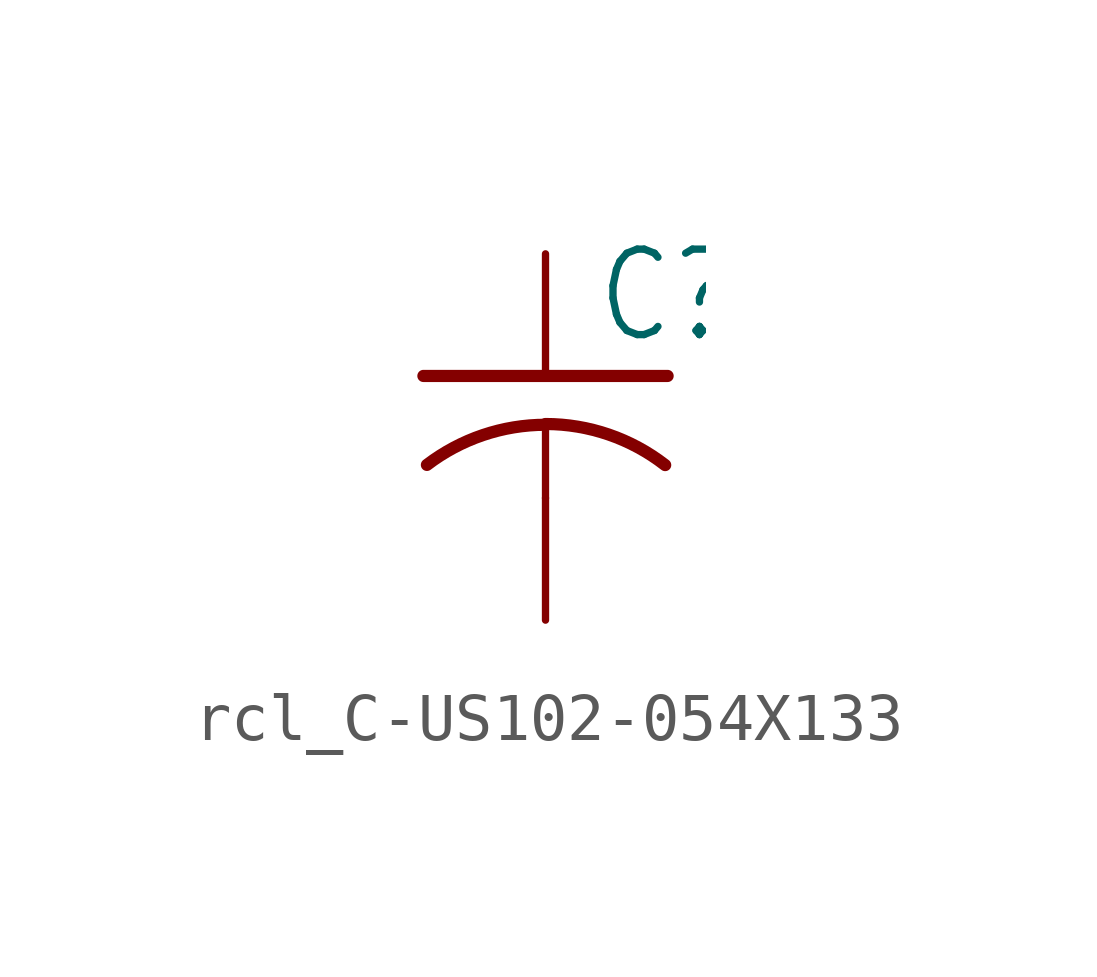
<source format=kicad_sym>
(kicad_symbol_lib
  (version 20231120)
  (generator "kicad_symbol_editor")
  (generator_version "8.0")
  (symbol "rcl_C-US102-054X133"
    (property "Reference" "C"
      (at 1.016 0.635 0)
      (effects (font (size 1.778 1.511)) (justify left bottom)))
    (property "Value" ""
      (at 1.016 -4.191 0)
      (effects (font (size 1.778 1.511)) (justify left bottom)))
    (property "ki_locked" ""
      (at 0 0 0)
      (effects (font (size 1.27 1.27))))
    (symbol "rcl_C-US102-054X133_1_0"
      (arc (start 0 -1.0161) (mid -1.302 -1.2303) (end -2.4668 -1.8504) (stroke (width 0.254) (type solid)) (fill (type none)))
      (polyline (pts (xy -2.54 0) (xy 2.54 0)) (stroke (width 0.254) (type solid)) (fill (type none)))
      (polyline (pts (xy 0 -1.016) (xy 0 -2.54)) (stroke (width 0.152) (type solid)) (fill (type none)))
      (arc (start 2.4892 -1.8541) (mid 1.3158 -1.2194) (end 0 -1) (stroke (width 0.254) (type solid)) (fill (type none)))
      (pin passive line (at 0 2.54 270) (length 2.54) (name "1" (effects (font (size 0 0)))) (number "1" (effects (font (size 0 0)))))
      (pin passive line (at 0 -5.08 90) (length 2.54) (name "2" (effects (font (size 0 0)))) (number "2" (effects (font (size 0 0))))))))
</source>
